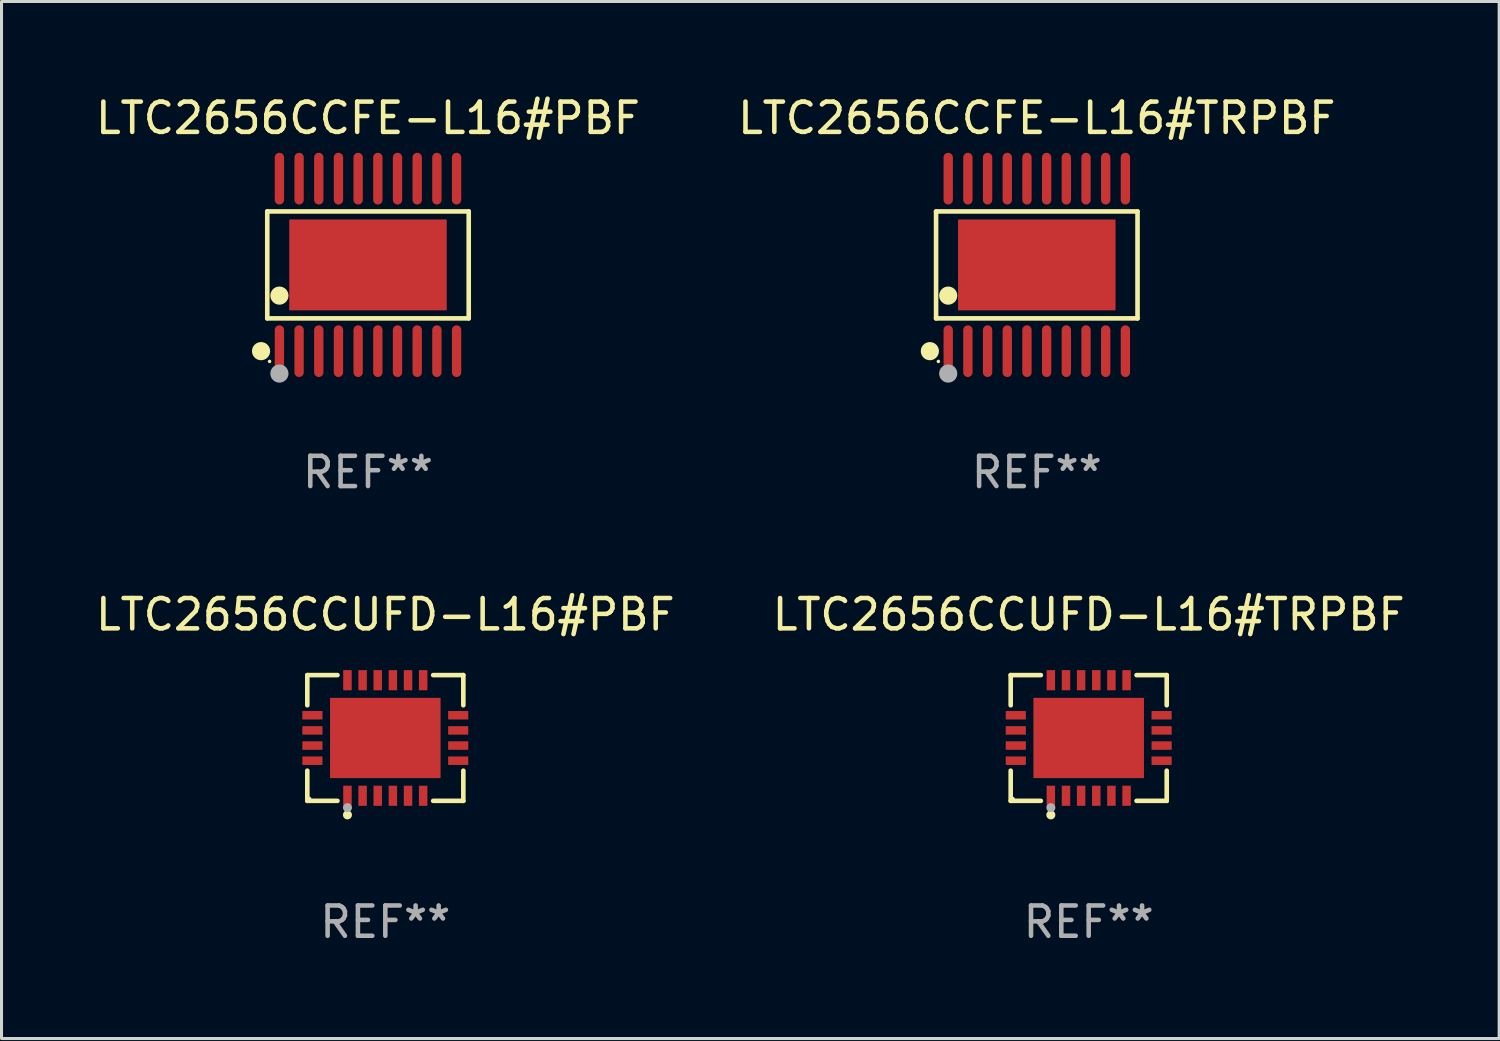
<source format=kicad_pcb>
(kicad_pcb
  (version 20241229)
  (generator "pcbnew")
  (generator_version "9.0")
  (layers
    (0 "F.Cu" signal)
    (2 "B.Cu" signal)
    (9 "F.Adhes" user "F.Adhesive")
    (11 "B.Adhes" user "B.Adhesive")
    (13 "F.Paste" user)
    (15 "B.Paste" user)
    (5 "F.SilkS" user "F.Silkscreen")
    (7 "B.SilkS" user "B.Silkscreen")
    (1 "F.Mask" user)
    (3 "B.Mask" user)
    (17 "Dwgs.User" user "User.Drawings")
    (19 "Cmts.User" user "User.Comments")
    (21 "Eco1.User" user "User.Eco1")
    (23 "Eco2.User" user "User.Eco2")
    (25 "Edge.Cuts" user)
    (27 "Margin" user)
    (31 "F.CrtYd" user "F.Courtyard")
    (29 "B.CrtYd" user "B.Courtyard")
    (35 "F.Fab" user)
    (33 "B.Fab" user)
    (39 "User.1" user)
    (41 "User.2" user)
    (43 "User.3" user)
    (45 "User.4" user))
  (footprint "LTC2656CCUFD-L16#TRPBF"
    (layer "F.Cu")
    (at 32.899 21.318)
    (property "Reference" "LTC2656CCUFD-L16#TRPBF" (at 0 -4.076 0) (layer "F.SilkS") (effects (font (size 1 1) (thickness 0.15))))
    (attr through_hole)
    (fp_line (start -2.576 -2.076) (end -1.58 -2.076) (stroke (width 0.152) (type solid)) (layer "F.SilkS"))
    (fp_line (start -2.576 -1.08) (end -2.576 -2.076) (stroke (width 0.152) (type solid)) (layer "F.SilkS"))
    (fp_line (start -2.576 1.08) (end -2.576 2.076) (stroke (width 0.152) (type solid)) (layer "F.SilkS"))
    (fp_line (start -2.576 2.076) (end -1.58 2.076) (stroke (width 0.152) (type solid)) (layer "F.SilkS"))
    (fp_line (start 2.576 -2.076) (end 1.58 -2.076) (stroke (width 0.152) (type solid)) (layer "F.SilkS"))
    (fp_line (start 2.576 -1.08) (end 2.576 -2.076) (stroke (width 0.152) (type solid)) (layer "F.SilkS"))
    (fp_line (start 2.576 1.08) (end 2.576 2.076) (stroke (width 0.152) (type solid)) (layer "F.SilkS"))
    (fp_line (start 2.576 2.076) (end 1.58 2.076) (stroke (width 0.152) (type solid)) (layer "F.SilkS"))
    (fp_circle (center -2.5 2) (end -2.47 2) (stroke (width 0.06) (type solid)) (fill no) (layer "F.SilkS"))
    (fp_circle (center -1.25 2.54) (end -1.175 2.54) (stroke (width 0.15) (type solid)) (fill no) (layer "F.SilkS"))
    (fp_circle (center -1.25 2.3) (end -1.175 2.3) (stroke (width 0.15) (type solid)) (fill no) (layer "F.Fab"))
    (fp_text user "REF**" (at 0 6.076 0) (layer "F.Fab") (effects (font (size 1 1) (thickness 0.15))))
    (pad "1" smd rect (at -1.25 1.908) (size 0.28 0.665) (layers "F.Cu" "F.Mask" "F.Paste"))
    (pad "2" smd rect (at -0.75 1.908) (size 0.28 0.665) (layers "F.Cu" "F.Mask" "F.Paste"))
    (pad "3" smd rect (at -0.25 1.908) (size 0.28 0.665) (layers "F.Cu" "F.Mask" "F.Paste"))
    (pad "4" smd rect (at 0.25 1.908) (size 0.28 0.665) (layers "F.Cu" "F.Mask" "F.Paste"))
    (pad "5" smd rect (at 0.75 1.908) (size 0.28 0.665) (layers "F.Cu" "F.Mask" "F.Paste"))
    (pad "6" smd rect (at 1.25 1.908) (size 0.28 0.665) (layers "F.Cu" "F.Mask" "F.Paste"))
    (pad "7" smd rect (at 2.407 0.75) (size 0.665 0.28) (layers "F.Cu" "F.Mask" "F.Paste"))
    (pad "8" smd rect (at 2.407 0.25) (size 0.665 0.28) (layers "F.Cu" "F.Mask" "F.Paste"))
    (pad "9" smd rect (at 2.407 -0.25) (size 0.665 0.28) (layers "F.Cu" "F.Mask" "F.Paste"))
    (pad "10" smd rect (at 2.407 -0.75) (size 0.665 0.28) (layers "F.Cu" "F.Mask" "F.Paste"))
    (pad "11" smd rect (at 1.25 -1.908) (size 0.28 0.665) (layers "F.Cu" "F.Mask" "F.Paste"))
    (pad "12" smd rect (at 0.75 -1.908) (size 0.28 0.665) (layers "F.Cu" "F.Mask" "F.Paste"))
    (pad "13" smd rect (at 0.25 -1.908) (size 0.28 0.665) (layers "F.Cu" "F.Mask" "F.Paste"))
    (pad "14" smd rect (at -0.25 -1.908) (size 0.28 0.665) (layers "F.Cu" "F.Mask" "F.Paste"))
    (pad "15" smd rect (at -0.75 -1.908) (size 0.28 0.665) (layers "F.Cu" "F.Mask" "F.Paste"))
    (pad "16" smd rect (at -1.25 -1.908) (size 0.28 0.665) (layers "F.Cu" "F.Mask" "F.Paste"))
    (pad "17" smd rect (at -2.407 -0.75) (size 0.665 0.28) (layers "F.Cu" "F.Mask" "F.Paste"))
    (pad "18" smd rect (at -2.407 -0.25) (size 0.665 0.28) (layers "F.Cu" "F.Mask" "F.Paste"))
    (pad "19" smd rect (at -2.407 0.25) (size 0.665 0.28) (layers "F.Cu" "F.Mask" "F.Paste"))
    (pad "20" smd rect (at -2.407 0.75) (size 0.665 0.28) (layers "F.Cu" "F.Mask" "F.Paste"))
    (pad "21" smd rect (at 0 0) (size 3.65 2.65) (layers "F.Cu" "F.Mask" "F.Paste")))
  (footprint "LTC2656CCFE-L16#TRPBF"
    (layer "F.Cu")
    (at 31.185 5.697)
    (property "Reference" "LTC2656CCFE-L16#TRPBF" (at 0 -4.848 0) (layer "F.SilkS") (effects (font (size 1 1) (thickness 0.15))))
    (attr through_hole)
    (fp_line (start -3.326 -1.766) (end 3.326 -1.766) (stroke (width 0.152) (type solid)) (layer "F.SilkS"))
    (fp_line (start -3.326 1.766) (end -3.326 -1.766) (stroke (width 0.152) (type solid)) (layer "F.SilkS"))
    (fp_line (start 3.326 -1.766) (end 3.326 1.766) (stroke (width 0.152) (type solid)) (layer "F.SilkS"))
    (fp_line (start 3.326 1.766) (end -3.326 1.766) (stroke (width 0.152) (type solid)) (layer "F.SilkS"))
    (fp_circle (center -3.531 2.848) (end -3.381 2.848) (stroke (width 0.3) (type solid)) (fill no) (layer "F.SilkS"))
    (fp_circle (center -3.25 3.187) (end -3.22 3.187) (stroke (width 0.06) (type solid)) (fill no) (layer "F.SilkS"))
    (fp_circle (center -2.925 1.014) (end -2.775 1.014) (stroke (width 0.3) (type solid)) (fill no) (layer "F.SilkS"))
    (fp_circle (center -2.925 3.588) (end -2.775 3.588) (stroke (width 0.3) (type solid)) (fill no) (layer "F.Fab"))
    (fp_text user "REF**" (at 0 6.848 0) (layer "F.Fab") (effects (font (size 1 1) (thickness 0.15))))
    (pad "1" smd oval (at -2.925 2.848) (size 0.308 1.707) (layers "F.Cu" "F.Mask" "F.Paste"))
    (pad "2" smd oval (at -2.275 2.848) (size 0.308 1.707) (layers "F.Cu" "F.Mask" "F.Paste"))
    (pad "3" smd oval (at -1.625 2.848) (size 0.308 1.707) (layers "F.Cu" "F.Mask" "F.Paste"))
    (pad "4" smd oval (at -0.975 2.848) (size 0.308 1.707) (layers "F.Cu" "F.Mask" "F.Paste"))
    (pad "5" smd oval (at -0.325 2.848) (size 0.308 1.707) (layers "F.Cu" "F.Mask" "F.Paste"))
    (pad "6" smd oval (at 0.325 2.848) (size 0.308 1.707) (layers "F.Cu" "F.Mask" "F.Paste"))
    (pad "7" smd oval (at 0.975 2.848) (size 0.308 1.707) (layers "F.Cu" "F.Mask" "F.Paste"))
    (pad "8" smd oval (at 1.625 2.848) (size 0.308 1.707) (layers "F.Cu" "F.Mask" "F.Paste"))
    (pad "9" smd oval (at 2.275 2.848) (size 0.308 1.707) (layers "F.Cu" "F.Mask" "F.Paste"))
    (pad "10" smd oval (at 2.925 2.848) (size 0.308 1.707) (layers "F.Cu" "F.Mask" "F.Paste"))
    (pad "11" smd oval (at 2.925 -2.848) (size 0.308 1.707) (layers "F.Cu" "F.Mask" "F.Paste"))
    (pad "12" smd oval (at 2.275 -2.848) (size 0.308 1.707) (layers "F.Cu" "F.Mask" "F.Paste"))
    (pad "13" smd oval (at 1.625 -2.848) (size 0.308 1.707) (layers "F.Cu" "F.Mask" "F.Paste"))
    (pad "14" smd oval (at 0.975 -2.848) (size 0.308 1.707) (layers "F.Cu" "F.Mask" "F.Paste"))
    (pad "15" smd oval (at 0.325 -2.848) (size 0.308 1.707) (layers "F.Cu" "F.Mask" "F.Paste"))
    (pad "16" smd oval (at -0.325 -2.848) (size 0.308 1.707) (layers "F.Cu" "F.Mask" "F.Paste"))
    (pad "17" smd oval (at -0.975 -2.848) (size 0.308 1.707) (layers "F.Cu" "F.Mask" "F.Paste"))
    (pad "18" smd oval (at -1.625 -2.848) (size 0.308 1.707) (layers "F.Cu" "F.Mask" "F.Paste"))
    (pad "19" smd oval (at -2.275 -2.848) (size 0.308 1.707) (layers "F.Cu" "F.Mask" "F.Paste"))
    (pad "20" smd oval (at -2.925 -2.848) (size 0.308 1.707) (layers "F.Cu" "F.Mask" "F.Paste"))
    (pad "21" smd rect (at 0 0) (size 5.2 3) (layers "F.Cu" "F.Mask" "F.Paste")))
  (footprint "LTC2656CCUFD-L16#PBF"
    (layer "F.Cu")
    (at 9.673 21.318)
    (property "Reference" "LTC2656CCUFD-L16#PBF" (at 0 -4.076 0) (layer "F.SilkS") (effects (font (size 1 1) (thickness 0.15))))
    (attr through_hole)
    (fp_line (start -2.576 -2.076) (end -1.58 -2.076) (stroke (width 0.152) (type solid)) (layer "F.SilkS"))
    (fp_line (start -2.576 -1.08) (end -2.576 -2.076) (stroke (width 0.152) (type solid)) (layer "F.SilkS"))
    (fp_line (start -2.576 1.08) (end -2.576 2.076) (stroke (width 0.152) (type solid)) (layer "F.SilkS"))
    (fp_line (start -2.576 2.076) (end -1.58 2.076) (stroke (width 0.152) (type solid)) (layer "F.SilkS"))
    (fp_line (start 2.576 -2.076) (end 1.58 -2.076) (stroke (width 0.152) (type solid)) (layer "F.SilkS"))
    (fp_line (start 2.576 -1.08) (end 2.576 -2.076) (stroke (width 0.152) (type solid)) (layer "F.SilkS"))
    (fp_line (start 2.576 1.08) (end 2.576 2.076) (stroke (width 0.152) (type solid)) (layer "F.SilkS"))
    (fp_line (start 2.576 2.076) (end 1.58 2.076) (stroke (width 0.152) (type solid)) (layer "F.SilkS"))
    (fp_circle (center -2.5 2) (end -2.47 2) (stroke (width 0.06) (type solid)) (fill no) (layer "F.SilkS"))
    (fp_circle (center -1.25 2.54) (end -1.175 2.54) (stroke (width 0.15) (type solid)) (fill no) (layer "F.SilkS"))
    (fp_circle (center -1.25 2.3) (end -1.175 2.3) (stroke (width 0.15) (type solid)) (fill no) (layer "F.Fab"))
    (fp_text user "REF**" (at 0 6.076 0) (layer "F.Fab") (effects (font (size 1 1) (thickness 0.15))))
    (pad "1" smd rect (at -1.25 1.908) (size 0.28 0.665) (layers "F.Cu" "F.Mask" "F.Paste"))
    (pad "2" smd rect (at -0.75 1.908) (size 0.28 0.665) (layers "F.Cu" "F.Mask" "F.Paste"))
    (pad "3" smd rect (at -0.25 1.908) (size 0.28 0.665) (layers "F.Cu" "F.Mask" "F.Paste"))
    (pad "4" smd rect (at 0.25 1.908) (size 0.28 0.665) (layers "F.Cu" "F.Mask" "F.Paste"))
    (pad "5" smd rect (at 0.75 1.908) (size 0.28 0.665) (layers "F.Cu" "F.Mask" "F.Paste"))
    (pad "6" smd rect (at 1.25 1.908) (size 0.28 0.665) (layers "F.Cu" "F.Mask" "F.Paste"))
    (pad "7" smd rect (at 2.407 0.75) (size 0.665 0.28) (layers "F.Cu" "F.Mask" "F.Paste"))
    (pad "8" smd rect (at 2.407 0.25) (size 0.665 0.28) (layers "F.Cu" "F.Mask" "F.Paste"))
    (pad "9" smd rect (at 2.407 -0.25) (size 0.665 0.28) (layers "F.Cu" "F.Mask" "F.Paste"))
    (pad "10" smd rect (at 2.407 -0.75) (size 0.665 0.28) (layers "F.Cu" "F.Mask" "F.Paste"))
    (pad "11" smd rect (at 1.25 -1.908) (size 0.28 0.665) (layers "F.Cu" "F.Mask" "F.Paste"))
    (pad "12" smd rect (at 0.75 -1.908) (size 0.28 0.665) (layers "F.Cu" "F.Mask" "F.Paste"))
    (pad "13" smd rect (at 0.25 -1.908) (size 0.28 0.665) (layers "F.Cu" "F.Mask" "F.Paste"))
    (pad "14" smd rect (at -0.25 -1.908) (size 0.28 0.665) (layers "F.Cu" "F.Mask" "F.Paste"))
    (pad "15" smd rect (at -0.75 -1.908) (size 0.28 0.665) (layers "F.Cu" "F.Mask" "F.Paste"))
    (pad "16" smd rect (at -1.25 -1.908) (size 0.28 0.665) (layers "F.Cu" "F.Mask" "F.Paste"))
    (pad "17" smd rect (at -2.407 -0.75) (size 0.665 0.28) (layers "F.Cu" "F.Mask" "F.Paste"))
    (pad "18" smd rect (at -2.407 -0.25) (size 0.665 0.28) (layers "F.Cu" "F.Mask" "F.Paste"))
    (pad "19" smd rect (at -2.407 0.25) (size 0.665 0.28) (layers "F.Cu" "F.Mask" "F.Paste"))
    (pad "20" smd rect (at -2.407 0.75) (size 0.665 0.28) (layers "F.Cu" "F.Mask" "F.Paste"))
    (pad "21" smd rect (at 0 0) (size 3.65 2.65) (layers "F.Cu" "F.Mask" "F.Paste")))
  (footprint "LTC2656CCFE-L16#PBF"
    (layer "F.Cu")
    (at 9.101 5.697)
    (property "Reference" "LTC2656CCFE-L16#PBF" (at 0 -4.848 0) (layer "F.SilkS") (effects (font (size 1 1) (thickness 0.15))))
    (attr through_hole)
    (fp_line (start -3.326 -1.766) (end 3.326 -1.766) (stroke (width 0.152) (type solid)) (layer "F.SilkS"))
    (fp_line (start -3.326 1.766) (end -3.326 -1.766) (stroke (width 0.152) (type solid)) (layer "F.SilkS"))
    (fp_line (start 3.326 -1.766) (end 3.326 1.766) (stroke (width 0.152) (type solid)) (layer "F.SilkS"))
    (fp_line (start 3.326 1.766) (end -3.326 1.766) (stroke (width 0.152) (type solid)) (layer "F.SilkS"))
    (fp_circle (center -3.531 2.848) (end -3.381 2.848) (stroke (width 0.3) (type solid)) (fill no) (layer "F.SilkS"))
    (fp_circle (center -3.25 3.187) (end -3.22 3.187) (stroke (width 0.06) (type solid)) (fill no) (layer "F.SilkS"))
    (fp_circle (center -2.925 1.014) (end -2.775 1.014) (stroke (width 0.3) (type solid)) (fill no) (layer "F.SilkS"))
    (fp_circle (center -2.925 3.588) (end -2.775 3.588) (stroke (width 0.3) (type solid)) (fill no) (layer "F.Fab"))
    (fp_text user "REF**" (at 0 6.848 0) (layer "F.Fab") (effects (font (size 1 1) (thickness 0.15))))
    (pad "1" smd oval (at -2.925 2.848) (size 0.308 1.707) (layers "F.Cu" "F.Mask" "F.Paste"))
    (pad "2" smd oval (at -2.275 2.848) (size 0.308 1.707) (layers "F.Cu" "F.Mask" "F.Paste"))
    (pad "3" smd oval (at -1.625 2.848) (size 0.308 1.707) (layers "F.Cu" "F.Mask" "F.Paste"))
    (pad "4" smd oval (at -0.975 2.848) (size 0.308 1.707) (layers "F.Cu" "F.Mask" "F.Paste"))
    (pad "5" smd oval (at -0.325 2.848) (size 0.308 1.707) (layers "F.Cu" "F.Mask" "F.Paste"))
    (pad "6" smd oval (at 0.325 2.848) (size 0.308 1.707) (layers "F.Cu" "F.Mask" "F.Paste"))
    (pad "7" smd oval (at 0.975 2.848) (size 0.308 1.707) (layers "F.Cu" "F.Mask" "F.Paste"))
    (pad "8" smd oval (at 1.625 2.848) (size 0.308 1.707) (layers "F.Cu" "F.Mask" "F.Paste"))
    (pad "9" smd oval (at 2.275 2.848) (size 0.308 1.707) (layers "F.Cu" "F.Mask" "F.Paste"))
    (pad "10" smd oval (at 2.925 2.848) (size 0.308 1.707) (layers "F.Cu" "F.Mask" "F.Paste"))
    (pad "11" smd oval (at 2.925 -2.848) (size 0.308 1.707) (layers "F.Cu" "F.Mask" "F.Paste"))
    (pad "12" smd oval (at 2.275 -2.848) (size 0.308 1.707) (layers "F.Cu" "F.Mask" "F.Paste"))
    (pad "13" smd oval (at 1.625 -2.848) (size 0.308 1.707) (layers "F.Cu" "F.Mask" "F.Paste"))
    (pad "14" smd oval (at 0.975 -2.848) (size 0.308 1.707) (layers "F.Cu" "F.Mask" "F.Paste"))
    (pad "15" smd oval (at 0.325 -2.848) (size 0.308 1.707) (layers "F.Cu" "F.Mask" "F.Paste"))
    (pad "16" smd oval (at -0.325 -2.848) (size 0.308 1.707) (layers "F.Cu" "F.Mask" "F.Paste"))
    (pad "17" smd oval (at -0.975 -2.848) (size 0.308 1.707) (layers "F.Cu" "F.Mask" "F.Paste"))
    (pad "18" smd oval (at -1.625 -2.848) (size 0.308 1.707) (layers "F.Cu" "F.Mask" "F.Paste"))
    (pad "19" smd oval (at -2.275 -2.848) (size 0.308 1.707) (layers "F.Cu" "F.Mask" "F.Paste"))
    (pad "20" smd oval (at -2.925 -2.848) (size 0.308 1.707) (layers "F.Cu" "F.Mask" "F.Paste"))
    (pad "21" smd rect (at 0 0) (size 5.2 3) (layers "F.Cu" "F.Mask" "F.Paste")))
  (gr_rect
    (start -3 -3)
    (end 46.452 31.242)
    (stroke (width 0.1) (type default))
    (fill no)
    (layer "Edge.Cuts")))
</source>
